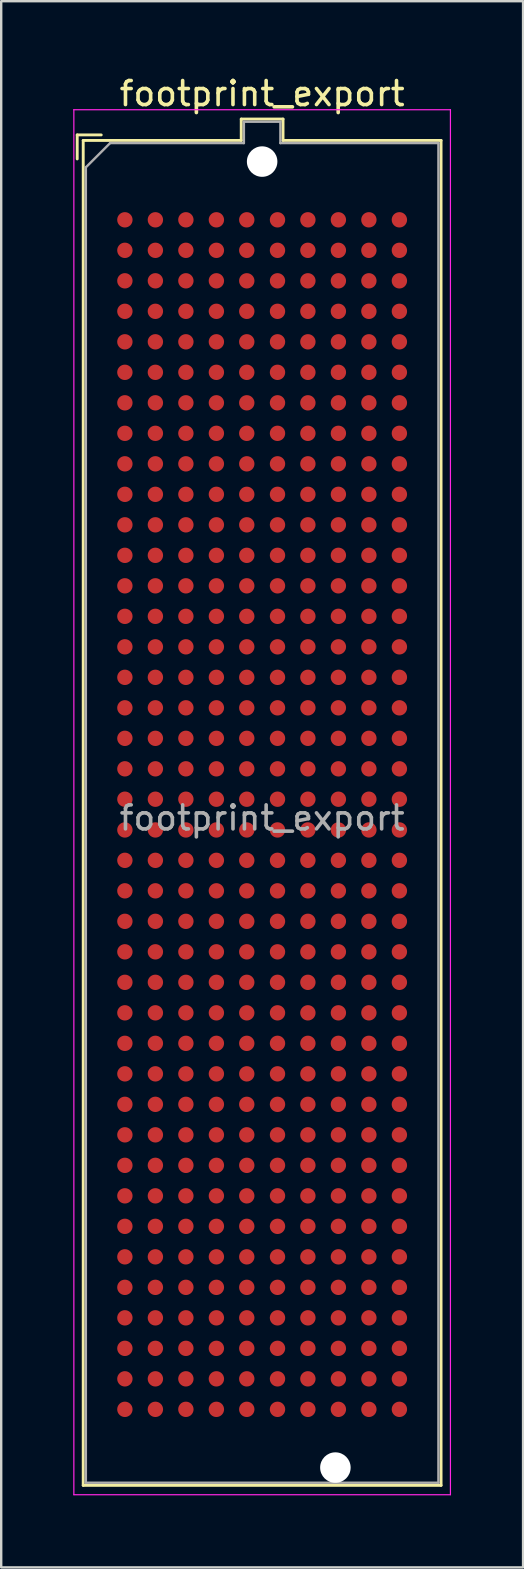
<source format=kicad_pcb>
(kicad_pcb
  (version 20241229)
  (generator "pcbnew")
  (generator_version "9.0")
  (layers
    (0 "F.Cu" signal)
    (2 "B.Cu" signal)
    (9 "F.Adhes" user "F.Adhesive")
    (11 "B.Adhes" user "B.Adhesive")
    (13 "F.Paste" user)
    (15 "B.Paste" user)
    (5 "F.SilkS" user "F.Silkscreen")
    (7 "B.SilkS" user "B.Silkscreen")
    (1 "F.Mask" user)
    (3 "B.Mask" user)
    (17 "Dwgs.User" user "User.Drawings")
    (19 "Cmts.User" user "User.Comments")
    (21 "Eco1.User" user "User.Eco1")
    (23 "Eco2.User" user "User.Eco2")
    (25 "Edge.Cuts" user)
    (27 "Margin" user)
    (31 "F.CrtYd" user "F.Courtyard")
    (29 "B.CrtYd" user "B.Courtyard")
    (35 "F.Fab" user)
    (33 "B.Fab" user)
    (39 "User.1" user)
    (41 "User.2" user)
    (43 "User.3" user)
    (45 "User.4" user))
  (footprint "footprint_export"
    (layer "F.Cu")
    (at 7.865 30.868)
    (property "Reference" "footprint_export" (at 0 -30.02 0) (layer "F.SilkS") (effects (font (size 1 1) (thickness 0.15))))
    (attr smd)
    (fp_line (start -7.7 -28.3) (end -6.7 -28.3) (stroke (width 0.12) (type solid)) (layer "F.SilkS"))
    (fp_line (start -7.7 -27.3) (end -7.7 -28.3) (stroke (width 0.12) (type solid)) (layer "F.SilkS"))
    (fp_line (start -7.45 -28.07) (end -7.45 27.93) (stroke (width 0.12) (type solid)) (layer "F.SilkS"))
    (fp_line (start -7.45 27.93) (end 7.45 27.93) (stroke (width 0.12) (type solid)) (layer "F.SilkS"))
    (fp_line (start -0.87 -28.96) (end -0.87 -28.07) (stroke (width 0.12) (type solid)) (layer "F.SilkS"))
    (fp_line (start -0.87 -28.07) (end -7.45 -28.07) (stroke (width 0.12) (type solid)) (layer "F.SilkS"))
    (fp_line (start 0.87 -28.96) (end -0.87 -28.96) (stroke (width 0.12) (type solid)) (layer "F.SilkS"))
    (fp_line (start 0.87 -28.07) (end 0.87 -28.96) (stroke (width 0.12) (type solid)) (layer "F.SilkS"))
    (fp_line (start 7.45 -28.07) (end 0.87 -28.07) (stroke (width 0.12) (type solid)) (layer "F.SilkS"))
    (fp_line (start 7.45 27.93) (end 7.45 -28.07) (stroke (width 0.12) (type solid)) (layer "F.SilkS"))
    (fp_line (start -7.84 -29.35) (end -7.84 28.32) (stroke (width 0.05) (type solid)) (layer "F.CrtYd"))
    (fp_line (start -7.84 -29.35) (end 7.84 -29.35) (stroke (width 0.05) (type solid)) (layer "F.CrtYd"))
    (fp_line (start -7.84 28.32) (end 7.84 28.32) (stroke (width 0.05) (type solid)) (layer "F.CrtYd"))
    (fp_line (start 7.84 -29.35) (end 7.84 28.32) (stroke (width 0.05) (type solid)) (layer "F.CrtYd"))
    (fp_line (start -7.34 -26.95) (end -6.33 -27.96) (stroke (width 0.1) (type solid)) (layer "F.Fab"))
    (fp_line (start -7.34 27.82) (end -7.34 -26.95) (stroke (width 0.1) (type solid)) (layer "F.Fab"))
    (fp_line (start -7.34 27.82) (end 7.34 27.82) (stroke (width 0.1) (type solid)) (layer "F.Fab"))
    (fp_line (start -0.76 -28.85) (end 0.76 -28.85) (stroke (width 0.1) (type solid)) (layer "F.Fab"))
    (fp_line (start -0.76 -27.96) (end -6.33 -27.96) (stroke (width 0.1) (type solid)) (layer "F.Fab"))
    (fp_line (start -0.76 -27.96) (end -0.76 -28.85) (stroke (width 0.1) (type solid)) (layer "F.Fab"))
    (fp_line (start 0.76 -27.96) (end 0.76 -28.85) (stroke (width 0.1) (type solid)) (layer "F.Fab"))
    (fp_line (start 0.76 -27.96) (end 7.34 -27.96) (stroke (width 0.1) (type solid)) (layer "F.Fab"))
    (fp_line (start 7.34 27.82) (end 7.34 -27.96) (stroke (width 0.1) (type solid)) (layer "F.Fab"))
    (fp_text user "${REFERENCE}" (at 0 0.14 0) (layer "F.Fab") (effects (font (size 1 1) (thickness 0.15))))
    (pad "" np_thru_hole circle (at 0 -27.19 90) (size 1.27 1.27) (drill 1.27) (layers "*.Cu" "*.Mask"))
    (pad "" np_thru_hole circle (at 3.05 27.19 90) (size 1.27 1.27) (drill 1.27) (layers "*.Cu" "*.Mask"))
    (pad "A1" smd circle (at -5.715 -24.765 90) (size 0.64 0.64) (layers "F.Cu" "F.Mask" "F.Paste"))
    (pad "A2" smd circle (at -5.715 -23.495 90) (size 0.64 0.64) (layers "F.Cu" "F.Mask" "F.Paste"))
    (pad "A3" smd circle (at -5.715 -22.225 90) (size 0.64 0.64) (layers "F.Cu" "F.Mask" "F.Paste"))
    (pad "A4" smd circle (at -5.715 -20.955 90) (size 0.64 0.64) (layers "F.Cu" "F.Mask" "F.Paste"))
    (pad "A5" smd circle (at -5.715 -19.685 90) (size 0.64 0.64) (layers "F.Cu" "F.Mask" "F.Paste"))
    (pad "A6" smd circle (at -5.715 -18.415 90) (size 0.64 0.64) (layers "F.Cu" "F.Mask" "F.Paste"))
    (pad "A7" smd circle (at -5.715 -17.145 90) (size 0.64 0.64) (layers "F.Cu" "F.Mask" "F.Paste"))
    (pad "A8" smd circle (at -5.715 -15.875 90) (size 0.64 0.64) (layers "F.Cu" "F.Mask" "F.Paste"))
    (pad "A9" smd circle (at -5.715 -14.605 90) (size 0.64 0.64) (layers "F.Cu" "F.Mask" "F.Paste"))
    (pad "A10" smd circle (at -5.715 -13.335 90) (size 0.64 0.64) (layers "F.Cu" "F.Mask" "F.Paste"))
    (pad "A11" smd circle (at -5.715 -12.065 90) (size 0.64 0.64) (layers "F.Cu" "F.Mask" "F.Paste"))
    (pad "A12" smd circle (at -5.715 -10.795 90) (size 0.64 0.64) (layers "F.Cu" "F.Mask" "F.Paste"))
    (pad "A13" smd circle (at -5.715 -9.525 90) (size 0.64 0.64) (layers "F.Cu" "F.Mask" "F.Paste"))
    (pad "A14" smd circle (at -5.715 -8.255 90) (size 0.64 0.64) (layers "F.Cu" "F.Mask" "F.Paste"))
    (pad "A15" smd circle (at -5.715 -6.985 90) (size 0.64 0.64) (layers "F.Cu" "F.Mask" "F.Paste"))
    (pad "A16" smd circle (at -5.715 -5.715 90) (size 0.64 0.64) (layers "F.Cu" "F.Mask" "F.Paste"))
    (pad "A17" smd circle (at -5.715 -4.445 90) (size 0.64 0.64) (layers "F.Cu" "F.Mask" "F.Paste"))
    (pad "A18" smd circle (at -5.715 -3.175 90) (size 0.64 0.64) (layers "F.Cu" "F.Mask" "F.Paste"))
    (pad "A19" smd circle (at -5.715 -1.905 90) (size 0.64 0.64) (layers "F.Cu" "F.Mask" "F.Paste"))
    (pad "A20" smd circle (at -5.715 -0.64 90) (size 0.64 0.64) (layers "F.Cu" "F.Mask" "F.Paste"))
    (pad "A21" smd circle (at -5.715 0.64 90) (size 0.64 0.64) (layers "F.Cu" "F.Mask" "F.Paste"))
    (pad "A22" smd circle (at -5.715 1.905 90) (size 0.64 0.64) (layers "F.Cu" "F.Mask" "F.Paste"))
    (pad "A23" smd circle (at -5.715 3.175 90) (size 0.64 0.64) (layers "F.Cu" "F.Mask" "F.Paste"))
    (pad "A24" smd circle (at -5.715 4.445 90) (size 0.64 0.64) (layers "F.Cu" "F.Mask" "F.Paste"))
    (pad "A25" smd circle (at -5.715 5.715 90) (size 0.64 0.64) (layers "F.Cu" "F.Mask" "F.Paste"))
    (pad "A26" smd circle (at -5.715 6.985 90) (size 0.64 0.64) (layers "F.Cu" "F.Mask" "F.Paste"))
    (pad "A27" smd circle (at -5.715 8.255 90) (size 0.64 0.64) (layers "F.Cu" "F.Mask" "F.Paste"))
    (pad "A28" smd circle (at -5.715 9.525 90) (size 0.64 0.64) (layers "F.Cu" "F.Mask" "F.Paste"))
    (pad "A29" smd circle (at -5.715 10.795 90) (size 0.64 0.64) (layers "F.Cu" "F.Mask" "F.Paste"))
    (pad "A30" smd circle (at -5.715 12.065 90) (size 0.64 0.64) (layers "F.Cu" "F.Mask" "F.Paste"))
    (pad "A31" smd circle (at -5.715 13.335 90) (size 0.64 0.64) (layers "F.Cu" "F.Mask" "F.Paste"))
    (pad "A32" smd circle (at -5.715 14.605 90) (size 0.64 0.64) (layers "F.Cu" "F.Mask" "F.Paste"))
    (pad "A33" smd circle (at -5.715 15.875 90) (size 0.64 0.64) (layers "F.Cu" "F.Mask" "F.Paste"))
    (pad "A34" smd circle (at -5.715 17.145 90) (size 0.64 0.64) (layers "F.Cu" "F.Mask" "F.Paste"))
    (pad "A35" smd circle (at -5.715 18.415 90) (size 0.64 0.64) (layers "F.Cu" "F.Mask" "F.Paste"))
    (pad "A36" smd circle (at -5.715 19.685 90) (size 0.64 0.64) (layers "F.Cu" "F.Mask" "F.Paste"))
    (pad "A37" smd circle (at -5.715 20.955 90) (size 0.64 0.64) (layers "F.Cu" "F.Mask" "F.Paste"))
    (pad "A38" smd circle (at -5.715 22.225 90) (size 0.64 0.64) (layers "F.Cu" "F.Mask" "F.Paste"))
    (pad "A39" smd circle (at -5.715 23.495 90) (size 0.64 0.64) (layers "F.Cu" "F.Mask" "F.Paste"))
    (pad "A40" smd circle (at -5.715 24.765 90) (size 0.64 0.64) (layers "F.Cu" "F.Mask" "F.Paste"))
    (pad "B1" smd circle (at -4.445 -24.765 90) (size 0.64 0.64) (layers "F.Cu" "F.Mask" "F.Paste"))
    (pad "B2" smd circle (at -4.445 -23.495 90) (size 0.64 0.64) (layers "F.Cu" "F.Mask" "F.Paste"))
    (pad "B3" smd circle (at -4.445 -22.225 90) (size 0.64 0.64) (layers "F.Cu" "F.Mask" "F.Paste"))
    (pad "B4" smd circle (at -4.445 -20.955 90) (size 0.64 0.64) (layers "F.Cu" "F.Mask" "F.Paste"))
    (pad "B5" smd circle (at -4.445 -19.685 90) (size 0.64 0.64) (layers "F.Cu" "F.Mask" "F.Paste"))
    (pad "B6" smd circle (at -4.445 -18.415 90) (size 0.64 0.64) (layers "F.Cu" "F.Mask" "F.Paste"))
    (pad "B7" smd circle (at -4.445 -17.145 90) (size 0.64 0.64) (layers "F.Cu" "F.Mask" "F.Paste"))
    (pad "B8" smd circle (at -4.445 -15.875 90) (size 0.64 0.64) (layers "F.Cu" "F.Mask" "F.Paste"))
    (pad "B9" smd circle (at -4.445 -14.605 90) (size 0.64 0.64) (layers "F.Cu" "F.Mask" "F.Paste"))
    (pad "B10" smd circle (at -4.445 -13.335 90) (size 0.64 0.64) (layers "F.Cu" "F.Mask" "F.Paste"))
    (pad "B11" smd circle (at -4.445 -12.065 90) (size 0.64 0.64) (layers "F.Cu" "F.Mask" "F.Paste"))
    (pad "B12" smd circle (at -4.445 -10.795 90) (size 0.64 0.64) (layers "F.Cu" "F.Mask" "F.Paste"))
    (pad "B13" smd circle (at -4.445 -9.525 90) (size 0.64 0.64) (layers "F.Cu" "F.Mask" "F.Paste"))
    (pad "B14" smd circle (at -4.445 -8.255 90) (size 0.64 0.64) (layers "F.Cu" "F.Mask" "F.Paste"))
    (pad "B15" smd circle (at -4.445 -6.985 90) (size 0.64 0.64) (layers "F.Cu" "F.Mask" "F.Paste"))
    (pad "B16" smd circle (at -4.445 -5.715 90) (size 0.64 0.64) (layers "F.Cu" "F.Mask" "F.Paste"))
    (pad "B17" smd circle (at -4.445 -4.445 90) (size 0.64 0.64) (layers "F.Cu" "F.Mask" "F.Paste"))
    (pad "B18" smd circle (at -4.445 -3.175 90) (size 0.64 0.64) (layers "F.Cu" "F.Mask" "F.Paste"))
    (pad "B19" smd circle (at -4.445 -1.905 90) (size 0.64 0.64) (layers "F.Cu" "F.Mask" "F.Paste"))
    (pad "B20" smd circle (at -4.445 -0.64 90) (size 0.64 0.64) (layers "F.Cu" "F.Mask" "F.Paste"))
    (pad "B21" smd circle (at -4.445 0.64 90) (size 0.64 0.64) (layers "F.Cu" "F.Mask" "F.Paste"))
    (pad "B22" smd circle (at -4.445 1.905 90) (size 0.64 0.64) (layers "F.Cu" "F.Mask" "F.Paste"))
    (pad "B23" smd circle (at -4.445 3.175 90) (size 0.64 0.64) (layers "F.Cu" "F.Mask" "F.Paste"))
    (pad "B24" smd circle (at -4.445 4.445 90) (size 0.64 0.64) (layers "F.Cu" "F.Mask" "F.Paste"))
    (pad "B25" smd circle (at -4.445 5.715 90) (size 0.64 0.64) (layers "F.Cu" "F.Mask" "F.Paste"))
    (pad "B26" smd circle (at -4.445 6.985 90) (size 0.64 0.64) (layers "F.Cu" "F.Mask" "F.Paste"))
    (pad "B27" smd circle (at -4.445 8.255 90) (size 0.64 0.64) (layers "F.Cu" "F.Mask" "F.Paste"))
    (pad "B28" smd circle (at -4.445 9.525 90) (size 0.64 0.64) (layers "F.Cu" "F.Mask" "F.Paste"))
    (pad "B29" smd circle (at -4.445 10.795 90) (size 0.64 0.64) (layers "F.Cu" "F.Mask" "F.Paste"))
    (pad "B30" smd circle (at -4.445 12.065 90) (size 0.64 0.64) (layers "F.Cu" "F.Mask" "F.Paste"))
    (pad "B31" smd circle (at -4.445 13.335 90) (size 0.64 0.64) (layers "F.Cu" "F.Mask" "F.Paste"))
    (pad "B32" smd circle (at -4.445 14.605 90) (size 0.64 0.64) (layers "F.Cu" "F.Mask" "F.Paste"))
    (pad "B33" smd circle (at -4.445 15.875 90) (size 0.64 0.64) (layers "F.Cu" "F.Mask" "F.Paste"))
    (pad "B34" smd circle (at -4.445 17.145 90) (size 0.64 0.64) (layers "F.Cu" "F.Mask" "F.Paste"))
    (pad "B35" smd circle (at -4.445 18.415 90) (size 0.64 0.64) (layers "F.Cu" "F.Mask" "F.Paste"))
    (pad "B36" smd circle (at -4.445 19.685 90) (size 0.64 0.64) (layers "F.Cu" "F.Mask" "F.Paste"))
    (pad "B37" smd circle (at -4.445 20.955 90) (size 0.64 0.64) (layers "F.Cu" "F.Mask" "F.Paste"))
    (pad "B38" smd circle (at -4.445 22.225 90) (size 0.64 0.64) (layers "F.Cu" "F.Mask" "F.Paste"))
    (pad "B39" smd circle (at -4.445 23.495 90) (size 0.64 0.64) (layers "F.Cu" "F.Mask" "F.Paste"))
    (pad "B40" smd circle (at -4.445 24.765 90) (size 0.64 0.64) (layers "F.Cu" "F.Mask" "F.Paste"))
    (pad "C1" smd circle (at -3.175 -24.765 90) (size 0.64 0.64) (layers "F.Cu" "F.Mask" "F.Paste"))
    (pad "C2" smd circle (at -3.175 -23.495 90) (size 0.64 0.64) (layers "F.Cu" "F.Mask" "F.Paste"))
    (pad "C3" smd circle (at -3.175 -22.225 90) (size 0.64 0.64) (layers "F.Cu" "F.Mask" "F.Paste"))
    (pad "C4" smd circle (at -3.175 -20.955 90) (size 0.64 0.64) (layers "F.Cu" "F.Mask" "F.Paste"))
    (pad "C5" smd circle (at -3.175 -19.685 90) (size 0.64 0.64) (layers "F.Cu" "F.Mask" "F.Paste"))
    (pad "C6" smd circle (at -3.175 -18.415 90) (size 0.64 0.64) (layers "F.Cu" "F.Mask" "F.Paste"))
    (pad "C7" smd circle (at -3.175 -17.145 90) (size 0.64 0.64) (layers "F.Cu" "F.Mask" "F.Paste"))
    (pad "C8" smd circle (at -3.175 -15.875 90) (size 0.64 0.64) (layers "F.Cu" "F.Mask" "F.Paste"))
    (pad "C9" smd circle (at -3.175 -14.605 90) (size 0.64 0.64) (layers "F.Cu" "F.Mask" "F.Paste"))
    (pad "C10" smd circle (at -3.175 -13.335 90) (size 0.64 0.64) (layers "F.Cu" "F.Mask" "F.Paste"))
    (pad "C11" smd circle (at -3.175 -12.065 90) (size 0.64 0.64) (layers "F.Cu" "F.Mask" "F.Paste"))
    (pad "C12" smd circle (at -3.175 -10.795 90) (size 0.64 0.64) (layers "F.Cu" "F.Mask" "F.Paste"))
    (pad "C13" smd circle (at -3.175 -9.525 90) (size 0.64 0.64) (layers "F.Cu" "F.Mask" "F.Paste"))
    (pad "C14" smd circle (at -3.175 -8.255 90) (size 0.64 0.64) (layers "F.Cu" "F.Mask" "F.Paste"))
    (pad "C15" smd circle (at -3.175 -6.985 90) (size 0.64 0.64) (layers "F.Cu" "F.Mask" "F.Paste"))
    (pad "C16" smd circle (at -3.175 -5.715 90) (size 0.64 0.64) (layers "F.Cu" "F.Mask" "F.Paste"))
    (pad "C17" smd circle (at -3.175 -4.445 90) (size 0.64 0.64) (layers "F.Cu" "F.Mask" "F.Paste"))
    (pad "C18" smd circle (at -3.175 -3.175 90) (size 0.64 0.64) (layers "F.Cu" "F.Mask" "F.Paste"))
    (pad "C19" smd circle (at -3.175 -1.905 90) (size 0.64 0.64) (layers "F.Cu" "F.Mask" "F.Paste"))
    (pad "C20" smd circle (at -3.175 -0.64 90) (size 0.64 0.64) (layers "F.Cu" "F.Mask" "F.Paste"))
    (pad "C21" smd circle (at -3.175 0.64 90) (size 0.64 0.64) (layers "F.Cu" "F.Mask" "F.Paste"))
    (pad "C22" smd circle (at -3.175 1.905 90) (size 0.64 0.64) (layers "F.Cu" "F.Mask" "F.Paste"))
    (pad "C23" smd circle (at -3.175 3.175 90) (size 0.64 0.64) (layers "F.Cu" "F.Mask" "F.Paste"))
    (pad "C24" smd circle (at -3.175 4.445 90) (size 0.64 0.64) (layers "F.Cu" "F.Mask" "F.Paste"))
    (pad "C25" smd circle (at -3.175 5.715 90) (size 0.64 0.64) (layers "F.Cu" "F.Mask" "F.Paste"))
    (pad "C26" smd circle (at -3.175 6.985 90) (size 0.64 0.64) (layers "F.Cu" "F.Mask" "F.Paste"))
    (pad "C27" smd circle (at -3.175 8.255 90) (size 0.64 0.64) (layers "F.Cu" "F.Mask" "F.Paste"))
    (pad "C28" smd circle (at -3.175 9.525 90) (size 0.64 0.64) (layers "F.Cu" "F.Mask" "F.Paste"))
    (pad "C29" smd circle (at -3.175 10.795 90) (size 0.64 0.64) (layers "F.Cu" "F.Mask" "F.Paste"))
    (pad "C30" smd circle (at -3.175 12.065 90) (size 0.64 0.64) (layers "F.Cu" "F.Mask" "F.Paste"))
    (pad "C31" smd circle (at -3.175 13.335 90) (size 0.64 0.64) (layers "F.Cu" "F.Mask" "F.Paste"))
    (pad "C32" smd circle (at -3.175 14.605 90) (size 0.64 0.64) (layers "F.Cu" "F.Mask" "F.Paste"))
    (pad "C33" smd circle (at -3.175 15.875 90) (size 0.64 0.64) (layers "F.Cu" "F.Mask" "F.Paste"))
    (pad "C34" smd circle (at -3.175 17.145 90) (size 0.64 0.64) (layers "F.Cu" "F.Mask" "F.Paste"))
    (pad "C35" smd circle (at -3.175 18.415 90) (size 0.64 0.64) (layers "F.Cu" "F.Mask" "F.Paste"))
    (pad "C36" smd circle (at -3.175 19.685 90) (size 0.64 0.64) (layers "F.Cu" "F.Mask" "F.Paste"))
    (pad "C37" smd circle (at -3.175 20.955 90) (size 0.64 0.64) (layers "F.Cu" "F.Mask" "F.Paste"))
    (pad "C38" smd circle (at -3.175 22.225 90) (size 0.64 0.64) (layers "F.Cu" "F.Mask" "F.Paste"))
    (pad "C39" smd circle (at -3.175 23.495 90) (size 0.64 0.64) (layers "F.Cu" "F.Mask" "F.Paste"))
    (pad "C40" smd circle (at -3.175 24.765 90) (size 0.64 0.64) (layers "F.Cu" "F.Mask" "F.Paste"))
    (pad "D1" smd circle (at -1.905 -24.765 90) (size 0.64 0.64) (layers "F.Cu" "F.Mask" "F.Paste"))
    (pad "D2" smd circle (at -1.905 -23.495 90) (size 0.64 0.64) (layers "F.Cu" "F.Mask" "F.Paste"))
    (pad "D3" smd circle (at -1.905 -22.225 90) (size 0.64 0.64) (layers "F.Cu" "F.Mask" "F.Paste"))
    (pad "D4" smd circle (at -1.905 -20.955 90) (size 0.64 0.64) (layers "F.Cu" "F.Mask" "F.Paste"))
    (pad "D5" smd circle (at -1.905 -19.685 90) (size 0.64 0.64) (layers "F.Cu" "F.Mask" "F.Paste"))
    (pad "D6" smd circle (at -1.905 -18.415 90) (size 0.64 0.64) (layers "F.Cu" "F.Mask" "F.Paste"))
    (pad "D7" smd circle (at -1.905 -17.145 90) (size 0.64 0.64) (layers "F.Cu" "F.Mask" "F.Paste"))
    (pad "D8" smd circle (at -1.905 -15.875 90) (size 0.64 0.64) (layers "F.Cu" "F.Mask" "F.Paste"))
    (pad "D9" smd circle (at -1.905 -14.605 90) (size 0.64 0.64) (layers "F.Cu" "F.Mask" "F.Paste"))
    (pad "D10" smd circle (at -1.905 -13.335 90) (size 0.64 0.64) (layers "F.Cu" "F.Mask" "F.Paste"))
    (pad "D11" smd circle (at -1.905 -12.065 90) (size 0.64 0.64) (layers "F.Cu" "F.Mask" "F.Paste"))
    (pad "D12" smd circle (at -1.905 -10.795 90) (size 0.64 0.64) (layers "F.Cu" "F.Mask" "F.Paste"))
    (pad "D13" smd circle (at -1.905 -9.525 90) (size 0.64 0.64) (layers "F.Cu" "F.Mask" "F.Paste"))
    (pad "D14" smd circle (at -1.905 -8.255 90) (size 0.64 0.64) (layers "F.Cu" "F.Mask" "F.Paste"))
    (pad "D15" smd circle (at -1.905 -6.985 90) (size 0.64 0.64) (layers "F.Cu" "F.Mask" "F.Paste"))
    (pad "D16" smd circle (at -1.905 -5.715 90) (size 0.64 0.64) (layers "F.Cu" "F.Mask" "F.Paste"))
    (pad "D17" smd circle (at -1.905 -4.445 90) (size 0.64 0.64) (layers "F.Cu" "F.Mask" "F.Paste"))
    (pad "D18" smd circle (at -1.905 -3.175 90) (size 0.64 0.64) (layers "F.Cu" "F.Mask" "F.Paste"))
    (pad "D19" smd circle (at -1.905 -1.905 90) (size 0.64 0.64) (layers "F.Cu" "F.Mask" "F.Paste"))
    (pad "D20" smd circle (at -1.905 -0.64 90) (size 0.64 0.64) (layers "F.Cu" "F.Mask" "F.Paste"))
    (pad "D21" smd circle (at -1.905 0.64 90) (size 0.64 0.64) (layers "F.Cu" "F.Mask" "F.Paste"))
    (pad "D22" smd circle (at -1.905 1.905 90) (size 0.64 0.64) (layers "F.Cu" "F.Mask" "F.Paste"))
    (pad "D23" smd circle (at -1.905 3.175 90) (size 0.64 0.64) (layers "F.Cu" "F.Mask" "F.Paste"))
    (pad "D24" smd circle (at -1.905 4.445 90) (size 0.64 0.64) (layers "F.Cu" "F.Mask" "F.Paste"))
    (pad "D25" smd circle (at -1.905 5.715 90) (size 0.64 0.64) (layers "F.Cu" "F.Mask" "F.Paste"))
    (pad "D26" smd circle (at -1.905 6.985 90) (size 0.64 0.64) (layers "F.Cu" "F.Mask" "F.Paste"))
    (pad "D27" smd circle (at -1.905 8.255 90) (size 0.64 0.64) (layers "F.Cu" "F.Mask" "F.Paste"))
    (pad "D28" smd circle (at -1.905 9.525 90) (size 0.64 0.64) (layers "F.Cu" "F.Mask" "F.Paste"))
    (pad "D29" smd circle (at -1.905 10.795 90) (size 0.64 0.64) (layers "F.Cu" "F.Mask" "F.Paste"))
    (pad "D30" smd circle (at -1.905 12.065 90) (size 0.64 0.64) (layers "F.Cu" "F.Mask" "F.Paste"))
    (pad "D31" smd circle (at -1.905 13.335 90) (size 0.64 0.64) (layers "F.Cu" "F.Mask" "F.Paste"))
    (pad "D32" smd circle (at -1.905 14.605 90) (size 0.64 0.64) (layers "F.Cu" "F.Mask" "F.Paste"))
    (pad "D33" smd circle (at -1.905 15.875 90) (size 0.64 0.64) (layers "F.Cu" "F.Mask" "F.Paste"))
    (pad "D34" smd circle (at -1.905 17.145 90) (size 0.64 0.64) (layers "F.Cu" "F.Mask" "F.Paste"))
    (pad "D35" smd circle (at -1.905 18.415 90) (size 0.64 0.64) (layers "F.Cu" "F.Mask" "F.Paste"))
    (pad "D36" smd circle (at -1.905 19.685 90) (size 0.64 0.64) (layers "F.Cu" "F.Mask" "F.Paste"))
    (pad "D37" smd circle (at -1.905 20.955 90) (size 0.64 0.64) (layers "F.Cu" "F.Mask" "F.Paste"))
    (pad "D38" smd circle (at -1.905 22.225 90) (size 0.64 0.64) (layers "F.Cu" "F.Mask" "F.Paste"))
    (pad "D39" smd circle (at -1.905 23.495 90) (size 0.64 0.64) (layers "F.Cu" "F.Mask" "F.Paste"))
    (pad "D40" smd circle (at -1.905 24.765 90) (size 0.64 0.64) (layers "F.Cu" "F.Mask" "F.Paste"))
    (pad "E1" smd circle (at -0.64 -24.765 90) (size 0.64 0.64) (layers "F.Cu" "F.Mask" "F.Paste"))
    (pad "E2" smd circle (at -0.64 -23.495 90) (size 0.64 0.64) (layers "F.Cu" "F.Mask" "F.Paste"))
    (pad "E3" smd circle (at -0.64 -22.225 90) (size 0.64 0.64) (layers "F.Cu" "F.Mask" "F.Paste"))
    (pad "E4" smd circle (at -0.64 -20.955 90) (size 0.64 0.64) (layers "F.Cu" "F.Mask" "F.Paste"))
    (pad "E5" smd circle (at -0.64 -19.685 90) (size 0.64 0.64) (layers "F.Cu" "F.Mask" "F.Paste"))
    (pad "E6" smd circle (at -0.64 -18.415 90) (size 0.64 0.64) (layers "F.Cu" "F.Mask" "F.Paste"))
    (pad "E7" smd circle (at -0.64 -17.145 90) (size 0.64 0.64) (layers "F.Cu" "F.Mask" "F.Paste"))
    (pad "E8" smd circle (at -0.64 -15.875 90) (size 0.64 0.64) (layers "F.Cu" "F.Mask" "F.Paste"))
    (pad "E9" smd circle (at -0.64 -14.605 90) (size 0.64 0.64) (layers "F.Cu" "F.Mask" "F.Paste"))
    (pad "E10" smd circle (at -0.64 -13.335 90) (size 0.64 0.64) (layers "F.Cu" "F.Mask" "F.Paste"))
    (pad "E11" smd circle (at -0.64 -12.065 90) (size 0.64 0.64) (layers "F.Cu" "F.Mask" "F.Paste"))
    (pad "E12" smd circle (at -0.64 -10.795 90) (size 0.64 0.64) (layers "F.Cu" "F.Mask" "F.Paste"))
    (pad "E13" smd circle (at -0.64 -9.525 90) (size 0.64 0.64) (layers "F.Cu" "F.Mask" "F.Paste"))
    (pad "E14" smd circle (at -0.64 -8.255 90) (size 0.64 0.64) (layers "F.Cu" "F.Mask" "F.Paste"))
    (pad "E15" smd circle (at -0.64 -6.985 90) (size 0.64 0.64) (layers "F.Cu" "F.Mask" "F.Paste"))
    (pad "E16" smd circle (at -0.64 -5.715 90) (size 0.64 0.64) (layers "F.Cu" "F.Mask" "F.Paste"))
    (pad "E17" smd circle (at -0.64 -4.445 90) (size 0.64 0.64) (layers "F.Cu" "F.Mask" "F.Paste"))
    (pad "E18" smd circle (at -0.64 -3.175 90) (size 0.64 0.64) (layers "F.Cu" "F.Mask" "F.Paste"))
    (pad "E19" smd circle (at -0.64 -1.905 90) (size 0.64 0.64) (layers "F.Cu" "F.Mask" "F.Paste"))
    (pad "E20" smd circle (at -0.64 -0.64 90) (size 0.64 0.64) (layers "F.Cu" "F.Mask" "F.Paste"))
    (pad "E21" smd circle (at -0.64 0.64 90) (size 0.64 0.64) (layers "F.Cu" "F.Mask" "F.Paste"))
    (pad "E22" smd circle (at -0.64 1.905 90) (size 0.64 0.64) (layers "F.Cu" "F.Mask" "F.Paste"))
    (pad "E23" smd circle (at -0.64 3.175 90) (size 0.64 0.64) (layers "F.Cu" "F.Mask" "F.Paste"))
    (pad "E24" smd circle (at -0.64 4.445 90) (size 0.64 0.64) (layers "F.Cu" "F.Mask" "F.Paste"))
    (pad "E25" smd circle (at -0.64 5.715 90) (size 0.64 0.64) (layers "F.Cu" "F.Mask" "F.Paste"))
    (pad "E26" smd circle (at -0.64 6.985 90) (size 0.64 0.64) (layers "F.Cu" "F.Mask" "F.Paste"))
    (pad "E27" smd circle (at -0.64 8.255 90) (size 0.64 0.64) (layers "F.Cu" "F.Mask" "F.Paste"))
    (pad "E28" smd circle (at -0.64 9.525 90) (size 0.64 0.64) (layers "F.Cu" "F.Mask" "F.Paste"))
    (pad "E29" smd circle (at -0.64 10.795 90) (size 0.64 0.64) (layers "F.Cu" "F.Mask" "F.Paste"))
    (pad "E30" smd circle (at -0.64 12.065 90) (size 0.64 0.64) (layers "F.Cu" "F.Mask" "F.Paste"))
    (pad "E31" smd circle (at -0.64 13.335 90) (size 0.64 0.64) (layers "F.Cu" "F.Mask" "F.Paste"))
    (pad "E32" smd circle (at -0.64 14.605 90) (size 0.64 0.64) (layers "F.Cu" "F.Mask" "F.Paste"))
    (pad "E33" smd circle (at -0.64 15.875 90) (size 0.64 0.64) (layers "F.Cu" "F.Mask" "F.Paste"))
    (pad "E34" smd circle (at -0.64 17.145 90) (size 0.64 0.64) (layers "F.Cu" "F.Mask" "F.Paste"))
    (pad "E35" smd circle (at -0.64 18.415 90) (size 0.64 0.64) (layers "F.Cu" "F.Mask" "F.Paste"))
    (pad "E36" smd circle (at -0.64 19.685 90) (size 0.64 0.64) (layers "F.Cu" "F.Mask" "F.Paste"))
    (pad "E37" smd circle (at -0.64 20.955 90) (size 0.64 0.64) (layers "F.Cu" "F.Mask" "F.Paste"))
    (pad "E38" smd circle (at -0.64 22.225 90) (size 0.64 0.64) (layers "F.Cu" "F.Mask" "F.Paste"))
    (pad "E39" smd circle (at -0.64 23.495 90) (size 0.64 0.64) (layers "F.Cu" "F.Mask" "F.Paste"))
    (pad "E40" smd circle (at -0.64 24.765 90) (size 0.64 0.64) (layers "F.Cu" "F.Mask" "F.Paste"))
    (pad "F1" smd circle (at 0.64 -24.765 90) (size 0.64 0.64) (layers "F.Cu" "F.Mask" "F.Paste"))
    (pad "F2" smd circle (at 0.64 -23.495 90) (size 0.64 0.64) (layers "F.Cu" "F.Mask" "F.Paste"))
    (pad "F3" smd circle (at 0.64 -22.225 90) (size 0.64 0.64) (layers "F.Cu" "F.Mask" "F.Paste"))
    (pad "F4" smd circle (at 0.64 -20.955 90) (size 0.64 0.64) (layers "F.Cu" "F.Mask" "F.Paste"))
    (pad "F5" smd circle (at 0.64 -19.685 90) (size 0.64 0.64) (layers "F.Cu" "F.Mask" "F.Paste"))
    (pad "F6" smd circle (at 0.64 -18.415 90) (size 0.64 0.64) (layers "F.Cu" "F.Mask" "F.Paste"))
    (pad "F7" smd circle (at 0.64 -17.145 90) (size 0.64 0.64) (layers "F.Cu" "F.Mask" "F.Paste"))
    (pad "F8" smd circle (at 0.64 -15.875 90) (size 0.64 0.64) (layers "F.Cu" "F.Mask" "F.Paste"))
    (pad "F9" smd circle (at 0.64 -14.605 90) (size 0.64 0.64) (layers "F.Cu" "F.Mask" "F.Paste"))
    (pad "F10" smd circle (at 0.64 -13.335 90) (size 0.64 0.64) (layers "F.Cu" "F.Mask" "F.Paste"))
    (pad "F11" smd circle (at 0.64 -12.065 90) (size 0.64 0.64) (layers "F.Cu" "F.Mask" "F.Paste"))
    (pad "F12" smd circle (at 0.64 -10.795 90) (size 0.64 0.64) (layers "F.Cu" "F.Mask" "F.Paste"))
    (pad "F13" smd circle (at 0.64 -9.525 90) (size 0.64 0.64) (layers "F.Cu" "F.Mask" "F.Paste"))
    (pad "F14" smd circle (at 0.64 -8.255 90) (size 0.64 0.64) (layers "F.Cu" "F.Mask" "F.Paste"))
    (pad "F15" smd circle (at 0.64 -6.985 90) (size 0.64 0.64) (layers "F.Cu" "F.Mask" "F.Paste"))
    (pad "F16" smd circle (at 0.64 -5.715 90) (size 0.64 0.64) (layers "F.Cu" "F.Mask" "F.Paste"))
    (pad "F17" smd circle (at 0.64 -4.445 90) (size 0.64 0.64) (layers "F.Cu" "F.Mask" "F.Paste"))
    (pad "F18" smd circle (at 0.64 -3.175 90) (size 0.64 0.64) (layers "F.Cu" "F.Mask" "F.Paste"))
    (pad "F19" smd circle (at 0.64 -1.905 90) (size 0.64 0.64) (layers "F.Cu" "F.Mask" "F.Paste"))
    (pad "F20" smd circle (at 0.64 -0.64 90) (size 0.64 0.64) (layers "F.Cu" "F.Mask" "F.Paste"))
    (pad "F21" smd circle (at 0.64 0.64 90) (size 0.64 0.64) (layers "F.Cu" "F.Mask" "F.Paste"))
    (pad "F22" smd circle (at 0.64 1.905 90) (size 0.64 0.64) (layers "F.Cu" "F.Mask" "F.Paste"))
    (pad "F23" smd circle (at 0.64 3.175 90) (size 0.64 0.64) (layers "F.Cu" "F.Mask" "F.Paste"))
    (pad "F24" smd circle (at 0.64 4.445 90) (size 0.64 0.64) (layers "F.Cu" "F.Mask" "F.Paste"))
    (pad "F25" smd circle (at 0.64 5.715 90) (size 0.64 0.64) (layers "F.Cu" "F.Mask" "F.Paste"))
    (pad "F26" smd circle (at 0.64 6.985 90) (size 0.64 0.64) (layers "F.Cu" "F.Mask" "F.Paste"))
    (pad "F27" smd circle (at 0.64 8.255 90) (size 0.64 0.64) (layers "F.Cu" "F.Mask" "F.Paste"))
    (pad "F28" smd circle (at 0.64 9.525 90) (size 0.64 0.64) (layers "F.Cu" "F.Mask" "F.Paste"))
    (pad "F29" smd circle (at 0.64 10.795 90) (size 0.64 0.64) (layers "F.Cu" "F.Mask" "F.Paste"))
    (pad "F30" smd circle (at 0.64 12.065 90) (size 0.64 0.64) (layers "F.Cu" "F.Mask" "F.Paste"))
    (pad "F31" smd circle (at 0.64 13.335 90) (size 0.64 0.64) (layers "F.Cu" "F.Mask" "F.Paste"))
    (pad "F32" smd circle (at 0.64 14.605 90) (size 0.64 0.64) (layers "F.Cu" "F.Mask" "F.Paste"))
    (pad "F33" smd circle (at 0.64 15.875 90) (size 0.64 0.64) (layers "F.Cu" "F.Mask" "F.Paste"))
    (pad "F34" smd circle (at 0.64 17.145 90) (size 0.64 0.64) (layers "F.Cu" "F.Mask" "F.Paste"))
    (pad "F35" smd circle (at 0.64 18.415 90) (size 0.64 0.64) (layers "F.Cu" "F.Mask" "F.Paste"))
    (pad "F36" smd circle (at 0.64 19.685 90) (size 0.64 0.64) (layers "F.Cu" "F.Mask" "F.Paste"))
    (pad "F37" smd circle (at 0.64 20.955 90) (size 0.64 0.64) (layers "F.Cu" "F.Mask" "F.Paste"))
    (pad "F38" smd circle (at 0.64 22.225 90) (size 0.64 0.64) (layers "F.Cu" "F.Mask" "F.Paste"))
    (pad "F39" smd circle (at 0.64 23.495 90) (size 0.64 0.64) (layers "F.Cu" "F.Mask" "F.Paste"))
    (pad "F40" smd circle (at 0.64 24.765 90) (size 0.64 0.64) (layers "F.Cu" "F.Mask" "F.Paste"))
    (pad "G1" smd circle (at 1.905 -24.765 90) (size 0.64 0.64) (layers "F.Cu" "F.Mask" "F.Paste"))
    (pad "G2" smd circle (at 1.905 -23.495 90) (size 0.64 0.64) (layers "F.Cu" "F.Mask" "F.Paste"))
    (pad "G3" smd circle (at 1.905 -22.225 90) (size 0.64 0.64) (layers "F.Cu" "F.Mask" "F.Paste"))
    (pad "G4" smd circle (at 1.905 -20.955 90) (size 0.64 0.64) (layers "F.Cu" "F.Mask" "F.Paste"))
    (pad "G5" smd circle (at 1.905 -19.685 90) (size 0.64 0.64) (layers "F.Cu" "F.Mask" "F.Paste"))
    (pad "G6" smd circle (at 1.905 -18.415 90) (size 0.64 0.64) (layers "F.Cu" "F.Mask" "F.Paste"))
    (pad "G7" smd circle (at 1.905 -17.145 90) (size 0.64 0.64) (layers "F.Cu" "F.Mask" "F.Paste"))
    (pad "G8" smd circle (at 1.905 -15.875 90) (size 0.64 0.64) (layers "F.Cu" "F.Mask" "F.Paste"))
    (pad "G9" smd circle (at 1.905 -14.605 90) (size 0.64 0.64) (layers "F.Cu" "F.Mask" "F.Paste"))
    (pad "G10" smd circle (at 1.905 -13.335 90) (size 0.64 0.64) (layers "F.Cu" "F.Mask" "F.Paste"))
    (pad "G11" smd circle (at 1.905 -12.065 90) (size 0.64 0.64) (layers "F.Cu" "F.Mask" "F.Paste"))
    (pad "G12" smd circle (at 1.905 -10.795 90) (size 0.64 0.64) (layers "F.Cu" "F.Mask" "F.Paste"))
    (pad "G13" smd circle (at 1.905 -9.525 90) (size 0.64 0.64) (layers "F.Cu" "F.Mask" "F.Paste"))
    (pad "G14" smd circle (at 1.905 -8.255 90) (size 0.64 0.64) (layers "F.Cu" "F.Mask" "F.Paste"))
    (pad "G15" smd circle (at 1.905 -6.985 90) (size 0.64 0.64) (layers "F.Cu" "F.Mask" "F.Paste"))
    (pad "G16" smd circle (at 1.905 -5.715 90) (size 0.64 0.64) (layers "F.Cu" "F.Mask" "F.Paste"))
    (pad "G17" smd circle (at 1.905 -4.445 90) (size 0.64 0.64) (layers "F.Cu" "F.Mask" "F.Paste"))
    (pad "G18" smd circle (at 1.905 -3.175 90) (size 0.64 0.64) (layers "F.Cu" "F.Mask" "F.Paste"))
    (pad "G19" smd circle (at 1.905 -1.905 90) (size 0.64 0.64) (layers "F.Cu" "F.Mask" "F.Paste"))
    (pad "G20" smd circle (at 1.905 -0.64 90) (size 0.64 0.64) (layers "F.Cu" "F.Mask" "F.Paste"))
    (pad "G21" smd circle (at 1.905 0.64 90) (size 0.64 0.64) (layers "F.Cu" "F.Mask" "F.Paste"))
    (pad "G22" smd circle (at 1.905 1.905 90) (size 0.64 0.64) (layers "F.Cu" "F.Mask" "F.Paste"))
    (pad "G23" smd circle (at 1.905 3.175 90) (size 0.64 0.64) (layers "F.Cu" "F.Mask" "F.Paste"))
    (pad "G24" smd circle (at 1.905 4.445 90) (size 0.64 0.64) (layers "F.Cu" "F.Mask" "F.Paste"))
    (pad "G25" smd circle (at 1.905 5.715 90) (size 0.64 0.64) (layers "F.Cu" "F.Mask" "F.Paste"))
    (pad "G26" smd circle (at 1.905 6.985 90) (size 0.64 0.64) (layers "F.Cu" "F.Mask" "F.Paste"))
    (pad "G27" smd circle (at 1.905 8.255 90) (size 0.64 0.64) (layers "F.Cu" "F.Mask" "F.Paste"))
    (pad "G28" smd circle (at 1.905 9.525 90) (size 0.64 0.64) (layers "F.Cu" "F.Mask" "F.Paste"))
    (pad "G29" smd circle (at 1.905 10.795 90) (size 0.64 0.64) (layers "F.Cu" "F.Mask" "F.Paste"))
    (pad "G30" smd circle (at 1.905 12.065 90) (size 0.64 0.64) (layers "F.Cu" "F.Mask" "F.Paste"))
    (pad "G31" smd circle (at 1.905 13.335 90) (size 0.64 0.64) (layers "F.Cu" "F.Mask" "F.Paste"))
    (pad "G32" smd circle (at 1.905 14.605 90) (size 0.64 0.64) (layers "F.Cu" "F.Mask" "F.Paste"))
    (pad "G33" smd circle (at 1.905 15.875 90) (size 0.64 0.64) (layers "F.Cu" "F.Mask" "F.Paste"))
    (pad "G34" smd circle (at 1.905 17.145 90) (size 0.64 0.64) (layers "F.Cu" "F.Mask" "F.Paste"))
    (pad "G35" smd circle (at 1.905 18.415 90) (size 0.64 0.64) (layers "F.Cu" "F.Mask" "F.Paste"))
    (pad "G36" smd circle (at 1.905 19.685 90) (size 0.64 0.64) (layers "F.Cu" "F.Mask" "F.Paste"))
    (pad "G37" smd circle (at 1.905 20.955 90) (size 0.64 0.64) (layers "F.Cu" "F.Mask" "F.Paste"))
    (pad "G38" smd circle (at 1.905 22.225 90) (size 0.64 0.64) (layers "F.Cu" "F.Mask" "F.Paste"))
    (pad "G39" smd circle (at 1.905 23.495 90) (size 0.64 0.64) (layers "F.Cu" "F.Mask" "F.Paste"))
    (pad "G40" smd circle (at 1.905 24.765 90) (size 0.64 0.64) (layers "F.Cu" "F.Mask" "F.Paste"))
    (pad "H1" smd circle (at 3.175 -24.765 90) (size 0.64 0.64) (layers "F.Cu" "F.Mask" "F.Paste"))
    (pad "H2" smd circle (at 3.175 -23.495 90) (size 0.64 0.64) (layers "F.Cu" "F.Mask" "F.Paste"))
    (pad "H3" smd circle (at 3.175 -22.225 90) (size 0.64 0.64) (layers "F.Cu" "F.Mask" "F.Paste"))
    (pad "H4" smd circle (at 3.175 -20.955 90) (size 0.64 0.64) (layers "F.Cu" "F.Mask" "F.Paste"))
    (pad "H5" smd circle (at 3.175 -19.685 90) (size 0.64 0.64) (layers "F.Cu" "F.Mask" "F.Paste"))
    (pad "H6" smd circle (at 3.175 -18.415 90) (size 0.64 0.64) (layers "F.Cu" "F.Mask" "F.Paste"))
    (pad "H7" smd circle (at 3.175 -17.145 90) (size 0.64 0.64) (layers "F.Cu" "F.Mask" "F.Paste"))
    (pad "H8" smd circle (at 3.175 -15.875 90) (size 0.64 0.64) (layers "F.Cu" "F.Mask" "F.Paste"))
    (pad "H9" smd circle (at 3.175 -14.605 90) (size 0.64 0.64) (layers "F.Cu" "F.Mask" "F.Paste"))
    (pad "H10" smd circle (at 3.175 -13.335 90) (size 0.64 0.64) (layers "F.Cu" "F.Mask" "F.Paste"))
    (pad "H11" smd circle (at 3.175 -12.065 90) (size 0.64 0.64) (layers "F.Cu" "F.Mask" "F.Paste"))
    (pad "H12" smd circle (at 3.175 -10.795 90) (size 0.64 0.64) (layers "F.Cu" "F.Mask" "F.Paste"))
    (pad "H13" smd circle (at 3.175 -9.525 90) (size 0.64 0.64) (layers "F.Cu" "F.Mask" "F.Paste"))
    (pad "H14" smd circle (at 3.175 -8.255 90) (size 0.64 0.64) (layers "F.Cu" "F.Mask" "F.Paste"))
    (pad "H15" smd circle (at 3.175 -6.985 90) (size 0.64 0.64) (layers "F.Cu" "F.Mask" "F.Paste"))
    (pad "H16" smd circle (at 3.175 -5.715 90) (size 0.64 0.64) (layers "F.Cu" "F.Mask" "F.Paste"))
    (pad "H17" smd circle (at 3.175 -4.445 90) (size 0.64 0.64) (layers "F.Cu" "F.Mask" "F.Paste"))
    (pad "H18" smd circle (at 3.175 -3.175 90) (size 0.64 0.64) (layers "F.Cu" "F.Mask" "F.Paste"))
    (pad "H19" smd circle (at 3.175 -1.905 90) (size 0.64 0.64) (layers "F.Cu" "F.Mask" "F.Paste"))
    (pad "H20" smd circle (at 3.175 -0.64 90) (size 0.64 0.64) (layers "F.Cu" "F.Mask" "F.Paste"))
    (pad "H21" smd circle (at 3.175 0.64 90) (size 0.64 0.64) (layers "F.Cu" "F.Mask" "F.Paste"))
    (pad "H22" smd circle (at 3.175 1.905 90) (size 0.64 0.64) (layers "F.Cu" "F.Mask" "F.Paste"))
    (pad "H23" smd circle (at 3.175 3.175 90) (size 0.64 0.64) (layers "F.Cu" "F.Mask" "F.Paste"))
    (pad "H24" smd circle (at 3.175 4.445 90) (size 0.64 0.64) (layers "F.Cu" "F.Mask" "F.Paste"))
    (pad "H25" smd circle (at 3.175 5.715 90) (size 0.64 0.64) (layers "F.Cu" "F.Mask" "F.Paste"))
    (pad "H26" smd circle (at 3.175 6.985 90) (size 0.64 0.64) (layers "F.Cu" "F.Mask" "F.Paste"))
    (pad "H27" smd circle (at 3.175 8.255 90) (size 0.64 0.64) (layers "F.Cu" "F.Mask" "F.Paste"))
    (pad "H28" smd circle (at 3.175 9.525 90) (size 0.64 0.64) (layers "F.Cu" "F.Mask" "F.Paste"))
    (pad "H29" smd circle (at 3.175 10.795 90) (size 0.64 0.64) (layers "F.Cu" "F.Mask" "F.Paste"))
    (pad "H30" smd circle (at 3.175 12.065 90) (size 0.64 0.64) (layers "F.Cu" "F.Mask" "F.Paste"))
    (pad "H31" smd circle (at 3.175 13.335 90) (size 0.64 0.64) (layers "F.Cu" "F.Mask" "F.Paste"))
    (pad "H32" smd circle (at 3.175 14.605 90) (size 0.64 0.64) (layers "F.Cu" "F.Mask" "F.Paste"))
    (pad "H33" smd circle (at 3.175 15.875 90) (size 0.64 0.64) (layers "F.Cu" "F.Mask" "F.Paste"))
    (pad "H34" smd circle (at 3.175 17.145 90) (size 0.64 0.64) (layers "F.Cu" "F.Mask" "F.Paste"))
    (pad "H35" smd circle (at 3.175 18.415 90) (size 0.64 0.64) (layers "F.Cu" "F.Mask" "F.Paste"))
    (pad "H36" smd circle (at 3.175 19.685 90) (size 0.64 0.64) (layers "F.Cu" "F.Mask" "F.Paste"))
    (pad "H37" smd circle (at 3.175 20.955 90) (size 0.64 0.64) (layers "F.Cu" "F.Mask" "F.Paste"))
    (pad "H38" smd circle (at 3.175 22.225 90) (size 0.64 0.64) (layers "F.Cu" "F.Mask" "F.Paste"))
    (pad "H39" smd circle (at 3.175 23.495 90) (size 0.64 0.64) (layers "F.Cu" "F.Mask" "F.Paste"))
    (pad "H40" smd circle (at 3.175 24.765 90) (size 0.64 0.64) (layers "F.Cu" "F.Mask" "F.Paste"))
    (pad "J1" smd circle (at 4.445 -24.765 90) (size 0.64 0.64) (layers "F.Cu" "F.Mask" "F.Paste"))
    (pad "J2" smd circle (at 4.445 -23.495 90) (size 0.64 0.64) (layers "F.Cu" "F.Mask" "F.Paste"))
    (pad "J3" smd circle (at 4.445 -22.225 90) (size 0.64 0.64) (layers "F.Cu" "F.Mask" "F.Paste"))
    (pad "J4" smd circle (at 4.445 -20.955 90) (size 0.64 0.64) (layers "F.Cu" "F.Mask" "F.Paste"))
    (pad "J5" smd circle (at 4.445 -19.685 90) (size 0.64 0.64) (layers "F.Cu" "F.Mask" "F.Paste"))
    (pad "J6" smd circle (at 4.445 -18.415 90) (size 0.64 0.64) (layers "F.Cu" "F.Mask" "F.Paste"))
    (pad "J7" smd circle (at 4.445 -17.145 90) (size 0.64 0.64) (layers "F.Cu" "F.Mask" "F.Paste"))
    (pad "J8" smd circle (at 4.445 -15.875 90) (size 0.64 0.64) (layers "F.Cu" "F.Mask" "F.Paste"))
    (pad "J9" smd circle (at 4.445 -14.605 90) (size 0.64 0.64) (layers "F.Cu" "F.Mask" "F.Paste"))
    (pad "J10" smd circle (at 4.445 -13.335 90) (size 0.64 0.64) (layers "F.Cu" "F.Mask" "F.Paste"))
    (pad "J11" smd circle (at 4.445 -12.065 90) (size 0.64 0.64) (layers "F.Cu" "F.Mask" "F.Paste"))
    (pad "J12" smd circle (at 4.445 -10.795 90) (size 0.64 0.64) (layers "F.Cu" "F.Mask" "F.Paste"))
    (pad "J13" smd circle (at 4.445 -9.525 90) (size 0.64 0.64) (layers "F.Cu" "F.Mask" "F.Paste"))
    (pad "J14" smd circle (at 4.445 -8.255 90) (size 0.64 0.64) (layers "F.Cu" "F.Mask" "F.Paste"))
    (pad "J15" smd circle (at 4.445 -6.985 90) (size 0.64 0.64) (layers "F.Cu" "F.Mask" "F.Paste"))
    (pad "J16" smd circle (at 4.445 -5.715 90) (size 0.64 0.64) (layers "F.Cu" "F.Mask" "F.Paste"))
    (pad "J17" smd circle (at 4.445 -4.445 90) (size 0.64 0.64) (layers "F.Cu" "F.Mask" "F.Paste"))
    (pad "J18" smd circle (at 4.445 -3.175 90) (size 0.64 0.64) (layers "F.Cu" "F.Mask" "F.Paste"))
    (pad "J19" smd circle (at 4.445 -1.905 90) (size 0.64 0.64) (layers "F.Cu" "F.Mask" "F.Paste"))
    (pad "J20" smd circle (at 4.445 -0.64 90) (size 0.64 0.64) (layers "F.Cu" "F.Mask" "F.Paste"))
    (pad "J21" smd circle (at 4.445 0.64 90) (size 0.64 0.64) (layers "F.Cu" "F.Mask" "F.Paste"))
    (pad "J22" smd circle (at 4.445 1.905 90) (size 0.64 0.64) (layers "F.Cu" "F.Mask" "F.Paste"))
    (pad "J23" smd circle (at 4.445 3.175 90) (size 0.64 0.64) (layers "F.Cu" "F.Mask" "F.Paste"))
    (pad "J24" smd circle (at 4.445 4.445 90) (size 0.64 0.64) (layers "F.Cu" "F.Mask" "F.Paste"))
    (pad "J25" smd circle (at 4.445 5.715 90) (size 0.64 0.64) (layers "F.Cu" "F.Mask" "F.Paste"))
    (pad "J26" smd circle (at 4.445 6.985 90) (size 0.64 0.64) (layers "F.Cu" "F.Mask" "F.Paste"))
    (pad "J27" smd circle (at 4.445 8.255 90) (size 0.64 0.64) (layers "F.Cu" "F.Mask" "F.Paste"))
    (pad "J28" smd circle (at 4.445 9.525 90) (size 0.64 0.64) (layers "F.Cu" "F.Mask" "F.Paste"))
    (pad "J29" smd circle (at 4.445 10.795 90) (size 0.64 0.64) (layers "F.Cu" "F.Mask" "F.Paste"))
    (pad "J30" smd circle (at 4.445 12.065 90) (size 0.64 0.64) (layers "F.Cu" "F.Mask" "F.Paste"))
    (pad "J31" smd circle (at 4.445 13.335 90) (size 0.64 0.64) (layers "F.Cu" "F.Mask" "F.Paste"))
    (pad "J32" smd circle (at 4.445 14.605 90) (size 0.64 0.64) (layers "F.Cu" "F.Mask" "F.Paste"))
    (pad "J33" smd circle (at 4.445 15.875 90) (size 0.64 0.64) (layers "F.Cu" "F.Mask" "F.Paste"))
    (pad "J34" smd circle (at 4.445 17.145 90) (size 0.64 0.64) (layers "F.Cu" "F.Mask" "F.Paste"))
    (pad "J35" smd circle (at 4.445 18.415 90) (size 0.64 0.64) (layers "F.Cu" "F.Mask" "F.Paste"))
    (pad "J36" smd circle (at 4.445 19.685 90) (size 0.64 0.64) (layers "F.Cu" "F.Mask" "F.Paste"))
    (pad "J37" smd circle (at 4.445 20.955 90) (size 0.64 0.64) (layers "F.Cu" "F.Mask" "F.Paste"))
    (pad "J38" smd circle (at 4.445 22.225 90) (size 0.64 0.64) (layers "F.Cu" "F.Mask" "F.Paste"))
    (pad "J39" smd circle (at 4.445 23.495 90) (size 0.64 0.64) (layers "F.Cu" "F.Mask" "F.Paste"))
    (pad "J40" smd circle (at 4.445 24.765 90) (size 0.64 0.64) (layers "F.Cu" "F.Mask" "F.Paste"))
    (pad "K1" smd circle (at 5.715 -24.765 90) (size 0.64 0.64) (layers "F.Cu" "F.Mask" "F.Paste"))
    (pad "K2" smd circle (at 5.715 -23.495 90) (size 0.64 0.64) (layers "F.Cu" "F.Mask" "F.Paste"))
    (pad "K3" smd circle (at 5.715 -22.225 90) (size 0.64 0.64) (layers "F.Cu" "F.Mask" "F.Paste"))
    (pad "K4" smd circle (at 5.715 -20.955 90) (size 0.64 0.64) (layers "F.Cu" "F.Mask" "F.Paste"))
    (pad "K5" smd circle (at 5.715 -19.685 90) (size 0.64 0.64) (layers "F.Cu" "F.Mask" "F.Paste"))
    (pad "K6" smd circle (at 5.715 -18.415 90) (size 0.64 0.64) (layers "F.Cu" "F.Mask" "F.Paste"))
    (pad "K7" smd circle (at 5.715 -17.145 90) (size 0.64 0.64) (layers "F.Cu" "F.Mask" "F.Paste"))
    (pad "K8" smd circle (at 5.715 -15.875 90) (size 0.64 0.64) (layers "F.Cu" "F.Mask" "F.Paste"))
    (pad "K9" smd circle (at 5.715 -14.605 90) (size 0.64 0.64) (layers "F.Cu" "F.Mask" "F.Paste"))
    (pad "K10" smd circle (at 5.715 -13.335 90) (size 0.64 0.64) (layers "F.Cu" "F.Mask" "F.Paste"))
    (pad "K11" smd circle (at 5.715 -12.065 90) (size 0.64 0.64) (layers "F.Cu" "F.Mask" "F.Paste"))
    (pad "K12" smd circle (at 5.715 -10.795 90) (size 0.64 0.64) (layers "F.Cu" "F.Mask" "F.Paste"))
    (pad "K13" smd circle (at 5.715 -9.525 90) (size 0.64 0.64) (layers "F.Cu" "F.Mask" "F.Paste"))
    (pad "K14" smd circle (at 5.715 -8.255 90) (size 0.64 0.64) (layers "F.Cu" "F.Mask" "F.Paste"))
    (pad "K15" smd circle (at 5.715 -6.985 90) (size 0.64 0.64) (layers "F.Cu" "F.Mask" "F.Paste"))
    (pad "K16" smd circle (at 5.715 -5.715 90) (size 0.64 0.64) (layers "F.Cu" "F.Mask" "F.Paste"))
    (pad "K17" smd circle (at 5.715 -4.445 90) (size 0.64 0.64) (layers "F.Cu" "F.Mask" "F.Paste"))
    (pad "K18" smd circle (at 5.715 -3.175 90) (size 0.64 0.64) (layers "F.Cu" "F.Mask" "F.Paste"))
    (pad "K19" smd circle (at 5.715 -1.905 90) (size 0.64 0.64) (layers "F.Cu" "F.Mask" "F.Paste"))
    (pad "K20" smd circle (at 5.715 -0.64 90) (size 0.64 0.64) (layers "F.Cu" "F.Mask" "F.Paste"))
    (pad "K21" smd circle (at 5.715 0.64 90) (size 0.64 0.64) (layers "F.Cu" "F.Mask" "F.Paste"))
    (pad "K22" smd circle (at 5.715 1.905 90) (size 0.64 0.64) (layers "F.Cu" "F.Mask" "F.Paste"))
    (pad "K23" smd circle (at 5.715 3.175 90) (size 0.64 0.64) (layers "F.Cu" "F.Mask" "F.Paste"))
    (pad "K24" smd circle (at 5.715 4.445 90) (size 0.64 0.64) (layers "F.Cu" "F.Mask" "F.Paste"))
    (pad "K25" smd circle (at 5.715 5.715 90) (size 0.64 0.64) (layers "F.Cu" "F.Mask" "F.Paste"))
    (pad "K26" smd circle (at 5.715 6.985 90) (size 0.64 0.64) (layers "F.Cu" "F.Mask" "F.Paste"))
    (pad "K27" smd circle (at 5.715 8.255 90) (size 0.64 0.64) (layers "F.Cu" "F.Mask" "F.Paste"))
    (pad "K28" smd circle (at 5.715 9.525 90) (size 0.64 0.64) (layers "F.Cu" "F.Mask" "F.Paste"))
    (pad "K29" smd circle (at 5.715 10.795 90) (size 0.64 0.64) (layers "F.Cu" "F.Mask" "F.Paste"))
    (pad "K30" smd circle (at 5.715 12.065 90) (size 0.64 0.64) (layers "F.Cu" "F.Mask" "F.Paste"))
    (pad "K31" smd circle (at 5.715 13.335 90) (size 0.64 0.64) (layers "F.Cu" "F.Mask" "F.Paste"))
    (pad "K32" smd circle (at 5.715 14.605 90) (size 0.64 0.64) (layers "F.Cu" "F.Mask" "F.Paste"))
    (pad "K33" smd circle (at 5.715 15.875 90) (size 0.64 0.64) (layers "F.Cu" "F.Mask" "F.Paste"))
    (pad "K34" smd circle (at 5.715 17.145 90) (size 0.64 0.64) (layers "F.Cu" "F.Mask" "F.Paste"))
    (pad "K35" smd circle (at 5.715 18.415 90) (size 0.64 0.64) (layers "F.Cu" "F.Mask" "F.Paste"))
    (pad "K36" smd circle (at 5.715 19.685 90) (size 0.64 0.64) (layers "F.Cu" "F.Mask" "F.Paste"))
    (pad "K37" smd circle (at 5.715 20.955 90) (size 0.64 0.64) (layers "F.Cu" "F.Mask" "F.Paste"))
    (pad "K38" smd circle (at 5.715 22.225 90) (size 0.64 0.64) (layers "F.Cu" "F.Mask" "F.Paste"))
    (pad "K39" smd circle (at 5.715 23.495 90) (size 0.64 0.64) (layers "F.Cu" "F.Mask" "F.Paste"))
    (pad "K40" smd circle (at 5.715 24.765 90) (size 0.64 0.64) (layers "F.Cu" "F.Mask" "F.Paste")))
  (gr_rect
    (start -3 -3)
    (end 18.73 62.213)
    (stroke (width 0.1) (type default))
    (fill no)
    (layer "Edge.Cuts")))
</source>
